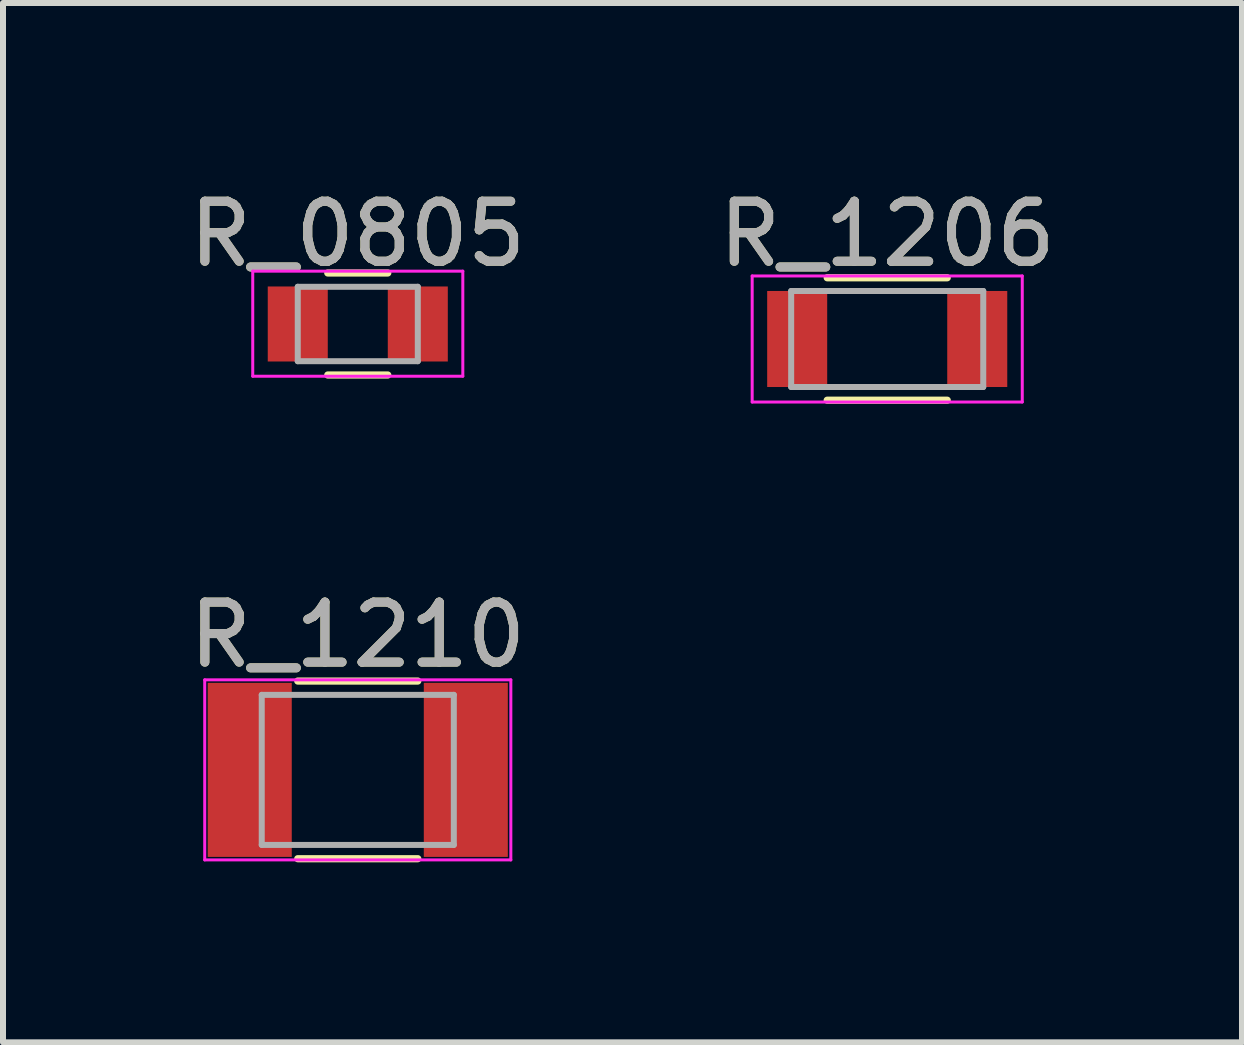
<source format=kicad_pcb>
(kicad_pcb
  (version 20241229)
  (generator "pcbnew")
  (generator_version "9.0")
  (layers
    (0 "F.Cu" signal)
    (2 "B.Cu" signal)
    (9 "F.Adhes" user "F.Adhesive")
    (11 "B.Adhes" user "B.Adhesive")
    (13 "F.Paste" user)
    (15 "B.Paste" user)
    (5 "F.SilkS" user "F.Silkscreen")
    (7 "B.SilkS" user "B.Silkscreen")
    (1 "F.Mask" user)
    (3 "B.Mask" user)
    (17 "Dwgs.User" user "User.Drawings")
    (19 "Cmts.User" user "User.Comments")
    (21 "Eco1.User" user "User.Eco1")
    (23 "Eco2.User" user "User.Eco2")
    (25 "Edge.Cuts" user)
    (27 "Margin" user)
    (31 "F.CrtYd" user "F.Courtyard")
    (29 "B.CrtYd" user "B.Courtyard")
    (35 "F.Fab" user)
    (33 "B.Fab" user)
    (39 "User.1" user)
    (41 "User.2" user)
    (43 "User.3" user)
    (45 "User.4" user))
  (footprint "R_1206"
    (layer "F.Cu")
    (at 11.732 2.598)
    (property "Reference" "R_1206" (at 0 -1.75 0) (layer "F.SilkS") (effects (font (size 1 1) (thickness 0.15))))
    (attr smd)
    (fp_line (start -1 1.02) (end 1 1.02) (stroke (width 0.12) (type solid)) (layer "F.SilkS"))
    (fp_line (start 1 -1.02) (end -1 -1.02) (stroke (width 0.12) (type solid)) (layer "F.SilkS"))
    (fp_line (start -2.25 -1.05) (end -2.25 1.05) (stroke (width 0.05) (type solid)) (layer "F.CrtYd"))
    (fp_line (start -2.25 -1.05) (end 2.25 -1.05) (stroke (width 0.05) (type solid)) (layer "F.CrtYd"))
    (fp_line (start 2.25 1.05) (end -2.25 1.05) (stroke (width 0.05) (type solid)) (layer "F.CrtYd"))
    (fp_line (start 2.25 1.05) (end 2.25 -1.05) (stroke (width 0.05) (type solid)) (layer "F.CrtYd"))
    (fp_line (start -1.6 -0.8) (end 1.6 -0.8) (stroke (width 0.1) (type solid)) (layer "F.Fab"))
    (fp_line (start -1.6 0.8) (end -1.6 -0.8) (stroke (width 0.1) (type solid)) (layer "F.Fab"))
    (fp_line (start 1.6 -0.8) (end 1.6 0.8) (stroke (width 0.1) (type solid)) (layer "F.Fab"))
    (fp_line (start 1.6 0.8) (end -1.6 0.8) (stroke (width 0.1) (type solid)) (layer "F.Fab"))
    (fp_text user "${REFERENCE}" (at 0 -1.75 0) (layer "F.Fab") (effects (font (size 1 1) (thickness 0.15))))
    (pad "1" smd rect (at -1.5 0) (size 1 1.6) (layers "F.Cu" "F.Mask" "F.Paste"))
    (pad "2" smd rect (at 1.5 0) (size 1 1.6) (layers "F.Cu" "F.Mask" "F.Paste")))
  (footprint "R_1210"
    (layer "F.Cu")
    (at 2.911 9.777)
    (property "Reference" "R_1210" (at 0 -2.25 0) (layer "F.SilkS") (effects (font (size 1 1) (thickness 0.15))))
    (attr smd)
    (fp_line (start -1 1.48) (end 1 1.48) (stroke (width 0.12) (type solid)) (layer "F.SilkS"))
    (fp_line (start 1 -1.48) (end -1 -1.48) (stroke (width 0.12) (type solid)) (layer "F.SilkS"))
    (fp_line (start -2.55 -1.5) (end -2.55 1.5) (stroke (width 0.05) (type solid)) (layer "F.CrtYd"))
    (fp_line (start -2.55 -1.5) (end 2.55 -1.5) (stroke (width 0.05) (type solid)) (layer "F.CrtYd"))
    (fp_line (start 2.55 1.5) (end -2.55 1.5) (stroke (width 0.05) (type solid)) (layer "F.CrtYd"))
    (fp_line (start 2.55 1.5) (end 2.55 -1.5) (stroke (width 0.05) (type solid)) (layer "F.CrtYd"))
    (fp_line (start -1.6 -1.25) (end 1.6 -1.25) (stroke (width 0.1) (type solid)) (layer "F.Fab"))
    (fp_line (start -1.6 1.25) (end -1.6 -1.25) (stroke (width 0.1) (type solid)) (layer "F.Fab"))
    (fp_line (start 1.6 -1.25) (end 1.6 1.25) (stroke (width 0.1) (type solid)) (layer "F.Fab"))
    (fp_line (start 1.6 1.25) (end -1.6 1.25) (stroke (width 0.1) (type solid)) (layer "F.Fab"))
    (fp_text user "${REFERENCE}" (at 0 -2.25 0) (layer "F.Fab") (effects (font (size 1 1) (thickness 0.15))))
    (pad "1" smd rect (at -1.8 0) (size 1.4 2.9) (layers "F.Cu" "F.Mask" "F.Paste"))
    (pad "2" smd rect (at 1.8 0) (size 1.4 2.9) (layers "F.Cu" "F.Mask" "F.Paste")))
  (footprint "R_0805"
    (layer "F.Cu")
    (at 2.911 2.348)
    (property "Reference" "R_0805" (at 0 -1.5 0) (layer "F.SilkS") (effects (font (size 1 1) (thickness 0.15))))
    (attr smd)
    (fp_line (start -0.5 0.85) (end 0.5 0.85) (stroke (width 0.12) (type solid)) (layer "F.SilkS"))
    (fp_line (start 0.5 -0.85) (end -0.5 -0.85) (stroke (width 0.12) (type solid)) (layer "F.SilkS"))
    (fp_line (start -1.75 -0.88) (end -1.75 0.87) (stroke (width 0.05) (type solid)) (layer "F.CrtYd"))
    (fp_line (start -1.75 -0.88) (end 1.75 -0.88) (stroke (width 0.05) (type solid)) (layer "F.CrtYd"))
    (fp_line (start 1.75 0.87) (end -1.75 0.87) (stroke (width 0.05) (type solid)) (layer "F.CrtYd"))
    (fp_line (start 1.75 0.87) (end 1.75 -0.88) (stroke (width 0.05) (type solid)) (layer "F.CrtYd"))
    (fp_line (start -1 -0.62) (end 1 -0.62) (stroke (width 0.1) (type solid)) (layer "F.Fab"))
    (fp_line (start -1 0.62) (end -1 -0.62) (stroke (width 0.1) (type solid)) (layer "F.Fab"))
    (fp_line (start 1 -0.62) (end 1 0.62) (stroke (width 0.1) (type solid)) (layer "F.Fab"))
    (fp_line (start 1 0.62) (end -1 0.62) (stroke (width 0.1) (type solid)) (layer "F.Fab"))
    (fp_text user "${REFERENCE}" (at 0 -1.5 0) (layer "F.Fab") (effects (font (size 1 1) (thickness 0.15))))
    (pad "1" smd rect (at -1 0) (size 1 1.25) (layers "F.Cu" "F.Mask" "F.Paste"))
    (pad "2" smd rect (at 1 0) (size 1 1.25) (layers "F.Cu" "F.Mask" "F.Paste")))
  (gr_rect
    (start -3 -3)
    (end 17.643 14.316)
    (stroke (width 0.1) (type default))
    (fill no)
    (layer "Edge.Cuts")))
</source>
